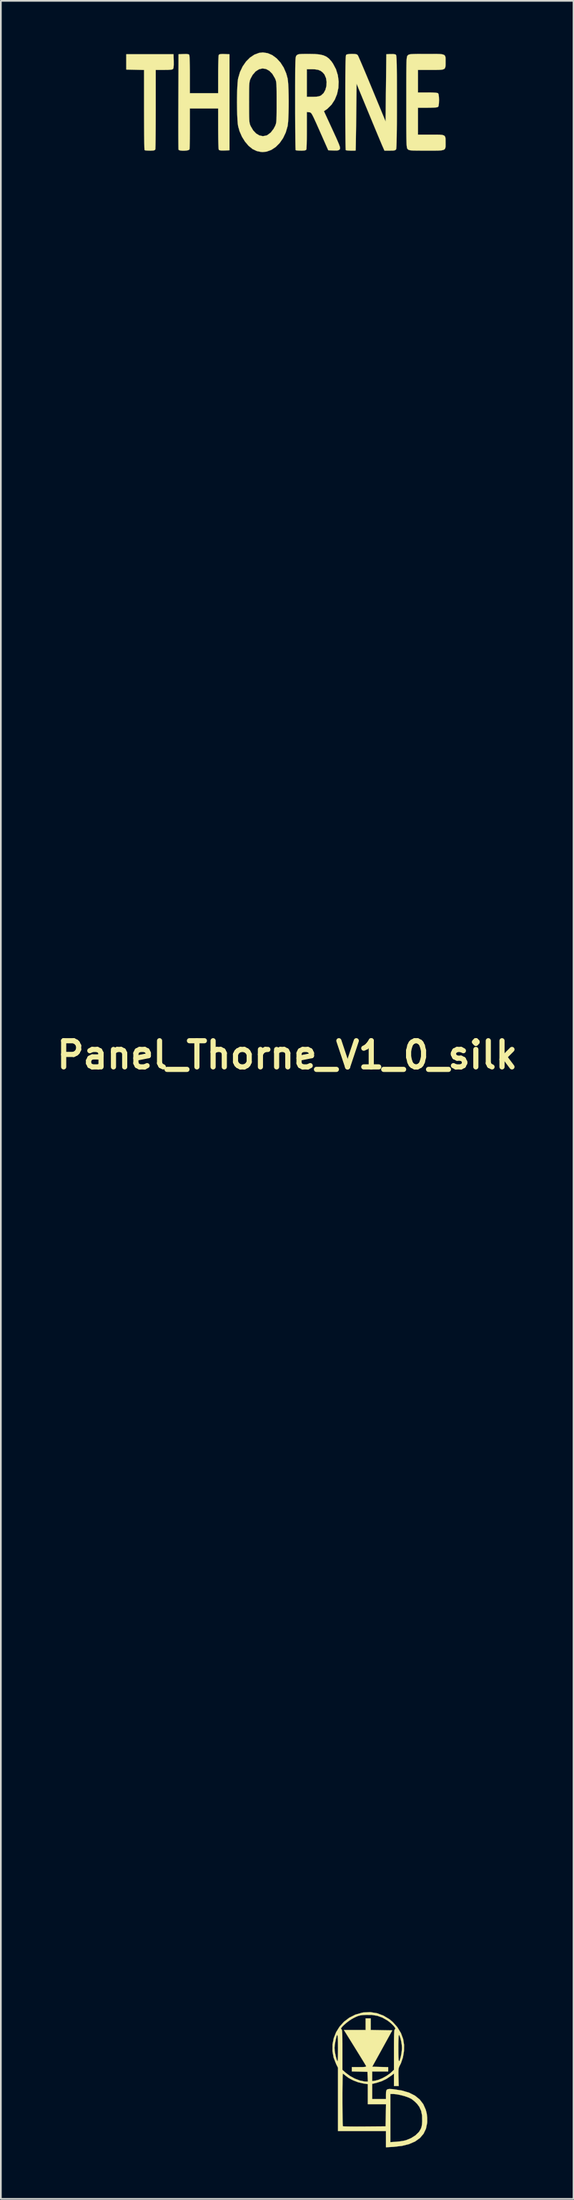
<source format=kicad_pcb>
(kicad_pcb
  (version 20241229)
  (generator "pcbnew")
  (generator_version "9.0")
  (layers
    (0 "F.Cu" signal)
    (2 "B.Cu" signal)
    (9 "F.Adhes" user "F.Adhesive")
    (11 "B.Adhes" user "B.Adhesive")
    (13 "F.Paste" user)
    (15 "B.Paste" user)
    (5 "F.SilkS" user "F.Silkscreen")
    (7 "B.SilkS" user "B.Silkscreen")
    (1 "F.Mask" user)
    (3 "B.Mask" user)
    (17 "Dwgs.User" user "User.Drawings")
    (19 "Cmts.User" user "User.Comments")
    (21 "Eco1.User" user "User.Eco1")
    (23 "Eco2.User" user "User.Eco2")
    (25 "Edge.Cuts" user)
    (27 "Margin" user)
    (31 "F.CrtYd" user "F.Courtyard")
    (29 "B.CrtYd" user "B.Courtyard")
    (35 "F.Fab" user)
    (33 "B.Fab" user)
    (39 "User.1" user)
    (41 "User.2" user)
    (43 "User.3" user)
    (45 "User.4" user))
  (footprint "Panel_Thorne_V1_0_silk"
    (layer "F.Cu")
    (at 13.687 58.383)
    (property "Reference" "Panel_Thorne_V1_0_silk" (at 0 0 0) (layer "F.SilkS") (effects (font (size 1.524 1.524) (thickness 0.3))))
    (attr through_hole)
    (fp_poly (pts (xy -6.613 -57.876) (xy -6.612 -57.651) (xy -6.625 -57.497) (xy -6.65 -57.421) (xy -6.697 -57.393) (xy -6.792 -57.375) (xy -6.947 -57.365) (xy -7.174 -57.362) (xy -7.181 -57.362) (xy -7.662 -57.362) (xy -7.662 -55.079) (xy -7.663 -54.646) (xy -7.664 -54.237) (xy -7.666 -53.861) (xy -7.669 -53.525) (xy -7.672 -53.237) (xy -7.676 -53.007) (xy -7.681 -52.84) (xy -7.686 -52.747) (xy -7.688 -52.73) (xy -7.723 -52.692) (xy -7.803 -52.671) (xy -7.946 -52.663) (xy -7.998 -52.663) (xy -8.147 -52.667) (xy -8.259 -52.677) (xy -8.311 -52.691) (xy -8.317 -52.737) (xy -8.322 -52.861) (xy -8.326 -53.053) (xy -8.33 -53.307) (xy -8.334 -53.614) (xy -8.336 -53.967) (xy -8.338 -54.358) (xy -8.339 -54.78) (xy -8.34 -55.039) (xy -8.34 -57.359) (xy -8.858 -57.371) (xy -9.377 -57.383) (xy -9.377 -58.272) (xy -6.625 -58.272) (xy -6.613 -57.876)) (stroke (width 0.01) (type solid)) (fill yes) (layer "F.SilkS"))
    (fp_poly (pts (xy -3.658 -58.285) (xy -3.365 -58.272) (xy -3.365 -52.684) (xy -3.658 -52.671) (xy -3.839 -52.67) (xy -3.946 -52.687) (xy -3.985 -52.713) (xy -3.995 -52.769) (xy -4.003 -52.897) (xy -4.01 -53.088) (xy -4.016 -53.328) (xy -4.019 -53.608) (xy -4.021 -53.915) (xy -4.021 -53.943) (xy -4.022 -55.118) (xy -5.673 -55.118) (xy -5.673 -53.957) (xy -5.674 -53.649) (xy -5.676 -53.367) (xy -5.68 -53.123) (xy -5.685 -52.927) (xy -5.691 -52.793) (xy -5.698 -52.731) (xy -5.698 -52.73) (xy -5.751 -52.694) (xy -5.861 -52.67) (xy -6 -52.659) (xy -6.142 -52.661) (xy -6.259 -52.677) (xy -6.326 -52.708) (xy -6.331 -52.716) (xy -6.334 -52.766) (xy -6.337 -52.894) (xy -6.339 -53.092) (xy -6.341 -53.353) (xy -6.342 -53.67) (xy -6.343 -54.036) (xy -6.342 -54.443) (xy -6.342 -54.884) (xy -6.34 -55.352) (xy -6.34 -55.52) (xy -6.329 -58.272) (xy -6.036 -58.285) (xy -5.856 -58.286) (xy -5.748 -58.269) (xy -5.709 -58.242) (xy -5.699 -58.186) (xy -5.691 -58.058) (xy -5.684 -57.868) (xy -5.678 -57.63) (xy -5.674 -57.355) (xy -5.673 -57.097) (xy -5.673 -56.007) (xy -4.022 -56.007) (xy -4.021 -57.097) (xy -4.02 -57.395) (xy -4.016 -57.665) (xy -4.01 -57.898) (xy -4.002 -58.079) (xy -3.994 -58.199) (xy -3.985 -58.242) (xy -3.929 -58.274) (xy -3.808 -58.287) (xy -3.658 -58.285)) (stroke (width 0.01) (type solid)) (fill yes) (layer "F.SilkS"))
    (fp_poly (pts (xy 3.936 -58.288) (xy 4.036 -58.271) (xy 4.095 -58.237) (xy 4.116 -58.212) (xy 4.143 -58.158) (xy 4.199 -58.033) (xy 4.28 -57.846) (xy 4.384 -57.605) (xy 4.506 -57.317) (xy 4.643 -56.991) (xy 4.792 -56.634) (xy 4.949 -56.255) (xy 4.954 -56.244) (xy 5.736 -54.356) (xy 5.757 -56.314) (xy 5.779 -58.272) (xy 6.025 -58.285) (xy 6.184 -58.284) (xy 6.298 -58.265) (xy 6.332 -58.248) (xy 6.345 -58.227) (xy 6.355 -58.182) (xy 6.364 -58.108) (xy 6.372 -57.998) (xy 6.378 -57.847) (xy 6.383 -57.649) (xy 6.386 -57.398) (xy 6.389 -57.088) (xy 6.391 -56.714) (xy 6.392 -56.268) (xy 6.392 -55.747) (xy 6.392 -55.512) (xy 6.392 -54.883) (xy 6.39 -54.333) (xy 6.386 -53.863) (xy 6.381 -53.474) (xy 6.375 -53.167) (xy 6.367 -52.942) (xy 6.358 -52.801) (xy 6.349 -52.745) (xy 6.314 -52.702) (xy 6.252 -52.677) (xy 6.145 -52.665) (xy 5.987 -52.663) (xy 5.669 -52.663) (xy 5.552 -52.927) (xy 5.511 -53.023) (xy 5.442 -53.187) (xy 5.348 -53.411) (xy 5.234 -53.683) (xy 5.105 -53.994) (xy 4.963 -54.335) (xy 4.814 -54.696) (xy 4.739 -54.876) (xy 4.043 -56.56) (xy 4.021 -54.622) (xy 4.016 -54.225) (xy 4.011 -53.856) (xy 4.006 -53.521) (xy 4.002 -53.231) (xy 3.998 -52.992) (xy 3.994 -52.814) (xy 3.991 -52.705) (xy 3.989 -52.673) (xy 3.94 -52.664) (xy 3.836 -52.661) (xy 3.702 -52.663) (xy 3.569 -52.669) (xy 3.464 -52.679) (xy 3.415 -52.691) (xy 3.41 -52.737) (xy 3.405 -52.861) (xy 3.401 -53.055) (xy 3.397 -53.312) (xy 3.394 -53.625) (xy 3.391 -53.988) (xy 3.389 -54.392) (xy 3.387 -54.83) (xy 3.387 -55.296) (xy 3.387 -55.455) (xy 3.387 -56.039) (xy 3.388 -56.542) (xy 3.39 -56.97) (xy 3.394 -57.328) (xy 3.398 -57.619) (xy 3.403 -57.848) (xy 3.41 -58.021) (xy 3.418 -58.141) (xy 3.427 -58.213) (xy 3.437 -58.242) (xy 3.507 -58.27) (xy 3.638 -58.288) (xy 3.774 -58.293) (xy 3.936 -58.288)) (stroke (width 0.01) (type solid)) (fill yes) (layer "F.SilkS"))
    (fp_poly (pts (xy 8.72 -58.292) (xy 8.913 -58.285) (xy 9.05 -58.267) (xy 9.141 -58.236) (xy 9.195 -58.187) (xy 9.221 -58.115) (xy 9.229 -58.018) (xy 9.229 -57.891) (xy 9.229 -57.827) (xy 9.229 -57.669) (xy 9.221 -57.552) (xy 9.196 -57.469) (xy 9.141 -57.414) (xy 9.046 -57.382) (xy 8.901 -57.367) (xy 8.693 -57.362) (xy 8.413 -57.362) (xy 8.381 -57.362) (xy 7.62 -57.362) (xy 7.62 -56.049) (xy 8.183 -56.049) (xy 8.458 -56.046) (xy 8.651 -56.034) (xy 8.765 -56.015) (xy 8.797 -55.999) (xy 8.824 -55.927) (xy 8.842 -55.786) (xy 8.848 -55.605) (xy 8.841 -55.413) (xy 8.823 -55.276) (xy 8.797 -55.211) (xy 8.73 -55.187) (xy 8.586 -55.17) (xy 8.362 -55.162) (xy 8.183 -55.16) (xy 7.62 -55.16) (xy 7.62 -53.594) (xy 8.381 -53.594) (xy 8.668 -53.594) (xy 8.883 -53.59) (xy 9.034 -53.576) (xy 9.133 -53.546) (xy 9.192 -53.494) (xy 9.22 -53.414) (xy 9.228 -53.3) (xy 9.229 -53.146) (xy 9.229 -53.128) (xy 9.23 -52.987) (xy 9.226 -52.878) (xy 9.209 -52.796) (xy 9.168 -52.738) (xy 9.094 -52.7) (xy 8.977 -52.677) (xy 8.808 -52.666) (xy 8.578 -52.662) (xy 8.277 -52.663) (xy 8.127 -52.663) (xy 7.807 -52.663) (xy 7.56 -52.665) (xy 7.377 -52.668) (xy 7.246 -52.675) (xy 7.156 -52.686) (xy 7.097 -52.701) (xy 7.057 -52.721) (xy 7.027 -52.747) (xy 7.01 -52.767) (xy 6.995 -52.791) (xy 6.983 -52.828) (xy 6.973 -52.883) (xy 6.964 -52.963) (xy 6.958 -53.074) (xy 6.953 -53.222) (xy 6.949 -53.414) (xy 6.946 -53.657) (xy 6.944 -53.956) (xy 6.943 -54.318) (xy 6.943 -54.749) (xy 6.943 -55.256) (xy 6.943 -55.478) (xy 6.943 -56.017) (xy 6.943 -56.477) (xy 6.944 -56.866) (xy 6.945 -57.189) (xy 6.948 -57.453) (xy 6.951 -57.664) (xy 6.955 -57.829) (xy 6.961 -57.953) (xy 6.969 -58.045) (xy 6.979 -58.109) (xy 6.99 -58.152) (xy 7.004 -58.18) (xy 7.02 -58.201) (xy 7.027 -58.208) (xy 7.058 -58.235) (xy 7.098 -58.255) (xy 7.158 -58.27) (xy 7.249 -58.281) (xy 7.381 -58.287) (xy 7.566 -58.291) (xy 7.814 -58.293) (xy 8.127 -58.293) (xy 8.461 -58.293) (xy 8.72 -58.292)) (stroke (width 0.01) (type solid)) (fill yes) (layer "F.SilkS"))
    (fp_poly (pts (xy -1.138 -58.337) (xy -0.868 -58.22) (xy -0.617 -58.035) (xy -0.393 -57.791) (xy -0.204 -57.497) (xy -0.058 -57.16) (xy 0.021 -56.875) (xy 0.044 -56.715) (xy 0.062 -56.488) (xy 0.075 -56.208) (xy 0.083 -55.892) (xy 0.087 -55.556) (xy 0.085 -55.216) (xy 0.079 -54.889) (xy 0.068 -54.591) (xy 0.053 -54.337) (xy 0.032 -54.144) (xy 0.021 -54.081) (xy -0.086 -53.716) (xy -0.243 -53.387) (xy -0.44 -53.104) (xy -0.671 -52.873) (xy -0.928 -52.704) (xy -1.201 -52.605) (xy -1.436 -52.581) (xy -1.572 -52.596) (xy -1.732 -52.63) (xy -1.787 -52.645) (xy -2.022 -52.758) (xy -2.248 -52.942) (xy -2.455 -53.184) (xy -2.634 -53.47) (xy -2.774 -53.788) (xy -2.857 -54.081) (xy -2.88 -54.24) (xy -2.898 -54.468) (xy -2.911 -54.748) (xy -2.919 -55.064) (xy -2.923 -55.4) (xy -2.923 -55.478) (xy -2.223 -55.478) (xy -2.222 -55.129) (xy -2.221 -54.854) (xy -2.218 -54.641) (xy -2.212 -54.481) (xy -2.204 -54.361) (xy -2.191 -54.271) (xy -2.173 -54.2) (xy -2.15 -54.136) (xy -2.125 -54.081) (xy -1.982 -53.838) (xy -1.81 -53.658) (xy -1.618 -53.545) (xy -1.416 -53.504) (xy -1.213 -53.541) (xy -1.151 -53.569) (xy -0.962 -53.711) (xy -0.797 -53.922) (xy -0.711 -54.081) (xy -0.683 -54.146) (xy -0.66 -54.21) (xy -0.643 -54.283) (xy -0.631 -54.377) (xy -0.623 -54.503) (xy -0.618 -54.671) (xy -0.615 -54.892) (xy -0.614 -55.178) (xy -0.614 -55.478) (xy -0.614 -55.827) (xy -0.615 -56.102) (xy -0.618 -56.314) (xy -0.624 -56.475) (xy -0.633 -56.595) (xy -0.646 -56.685) (xy -0.663 -56.756) (xy -0.687 -56.819) (xy -0.711 -56.875) (xy -0.864 -57.133) (xy -1.044 -57.315) (xy -1.241 -57.42) (xy -1.446 -57.448) (xy -1.649 -57.399) (xy -1.842 -57.274) (xy -2.016 -57.072) (xy -2.125 -56.875) (xy -2.154 -56.81) (xy -2.176 -56.746) (xy -2.193 -56.672) (xy -2.205 -56.578) (xy -2.214 -56.453) (xy -2.219 -56.285) (xy -2.221 -56.063) (xy -2.222 -55.778) (xy -2.223 -55.478) (xy -2.923 -55.478) (xy -2.922 -55.74) (xy -2.916 -56.067) (xy -2.905 -56.365) (xy -2.889 -56.619) (xy -2.868 -56.811) (xy -2.857 -56.875) (xy -2.75 -57.238) (xy -2.594 -57.566) (xy -2.396 -57.85) (xy -2.166 -58.081) (xy -1.91 -58.252) (xy -1.637 -58.353) (xy -1.418 -58.378) (xy -1.138 -58.337)) (stroke (width 0.01) (type solid)) (fill yes) (layer "F.SilkS"))
    (fp_poly (pts (xy 1.609 -58.286) (xy 1.884 -58.261) (xy 2.104 -58.212) (xy 2.283 -58.133) (xy 2.434 -58.02) (xy 2.572 -57.866) (xy 2.667 -57.732) (xy 2.842 -57.403) (xy 2.952 -57.049) (xy 2.998 -56.682) (xy 2.982 -56.315) (xy 2.907 -55.961) (xy 2.774 -55.632) (xy 2.585 -55.341) (xy 2.342 -55.1) (xy 2.243 -55.029) (xy 2.139 -54.961) (xy 2.577 -54.013) (xy 2.731 -53.678) (xy 2.853 -53.412) (xy 2.944 -53.205) (xy 3.01 -53.048) (xy 3.052 -52.935) (xy 3.074 -52.854) (xy 3.079 -52.799) (xy 3.071 -52.761) (xy 3.051 -52.73) (xy 3.048 -52.726) (xy 2.996 -52.689) (xy 2.904 -52.671) (xy 2.753 -52.669) (xy 2.693 -52.672) (xy 2.394 -52.684) (xy 1.906 -53.785) (xy 1.764 -54.105) (xy 1.651 -54.356) (xy 1.563 -54.547) (xy 1.495 -54.686) (xy 1.442 -54.781) (xy 1.4 -54.842) (xy 1.363 -54.875) (xy 1.327 -54.891) (xy 1.288 -54.898) (xy 1.28 -54.898) (xy 1.143 -54.912) (xy 1.143 -53.854) (xy 1.142 -53.56) (xy 1.139 -53.293) (xy 1.135 -53.063) (xy 1.129 -52.884) (xy 1.123 -52.768) (xy 1.117 -52.73) (xy 1.082 -52.692) (xy 1.002 -52.671) (xy 0.859 -52.663) (xy 0.807 -52.663) (xy 0.659 -52.667) (xy 0.546 -52.677) (xy 0.494 -52.691) (xy 0.489 -52.737) (xy 0.484 -52.861) (xy 0.48 -53.055) (xy 0.476 -53.312) (xy 0.473 -53.624) (xy 0.47 -53.986) (xy 0.468 -54.389) (xy 0.466 -54.827) (xy 0.466 -55.291) (xy 0.466 -55.421) (xy 0.466 -55.966) (xy 0.466 -56.433) (xy 0.467 -56.827) (xy 0.468 -57.156) (xy 0.47 -57.404) (xy 1.143 -57.404) (xy 1.143 -55.795) (xy 1.492 -55.795) (xy 1.692 -55.801) (xy 1.833 -55.82) (xy 1.937 -55.856) (xy 1.977 -55.878) (xy 2.125 -56.015) (xy 2.228 -56.204) (xy 2.287 -56.427) (xy 2.299 -56.662) (xy 2.262 -56.89) (xy 2.175 -57.091) (xy 2.084 -57.204) (xy 1.953 -57.306) (xy 1.804 -57.368) (xy 1.614 -57.398) (xy 1.437 -57.404) (xy 1.143 -57.404) (xy 0.47 -57.404) (xy 0.47 -57.425) (xy 0.474 -57.642) (xy 0.478 -57.811) (xy 0.484 -57.94) (xy 0.491 -58.035) (xy 0.501 -58.102) (xy 0.512 -58.147) (xy 0.525 -58.177) (xy 0.541 -58.198) (xy 0.55 -58.208) (xy 0.59 -58.241) (xy 0.642 -58.265) (xy 0.721 -58.28) (xy 0.841 -58.288) (xy 1.017 -58.292) (xy 1.263 -58.293) (xy 1.264 -58.293) (xy 1.609 -58.286)) (stroke (width 0.01) (type solid)) (fill yes) (layer "F.SilkS"))
    (fp_poly (pts (xy 5.228 55.791) (xy 5.604 55.929) (xy 5.955 56.139) (xy 6.156 56.307) (xy 6.421 56.606) (xy 6.627 56.946) (xy 6.757 57.293) (xy 6.811 57.634) (xy 6.805 58.002) (xy 6.743 58.368) (xy 6.628 58.702) (xy 6.579 58.801) (xy 6.534 58.89) (xy 6.504 58.971) (xy 6.487 59.066) (xy 6.481 59.193) (xy 6.482 59.373) (xy 6.485 59.513) (xy 6.498 60.029) (xy 6.361 60.029) (xy 6.223 60.029) (xy 6.223 59.302) (xy 6.064 59.425) (xy 5.793 59.61) (xy 5.512 59.747) (xy 5.19 59.849) (xy 5.069 59.878) (xy 4.953 59.903) (xy 4.953 60.791) (xy 5.757 60.791) (xy 5.757 60.518) (xy 5.758 60.494) (xy 6.011 60.494) (xy 6.011 63.3) (xy 6.361 63.276) (xy 6.558 63.256) (xy 6.754 63.226) (xy 6.909 63.191) (xy 6.921 63.187) (xy 7.217 63.067) (xy 7.471 62.907) (xy 7.665 62.719) (xy 7.724 62.636) (xy 7.792 62.514) (xy 7.833 62.4) (xy 7.856 62.263) (xy 7.868 62.079) (xy 7.861 61.747) (xy 7.806 61.473) (xy 7.698 61.238) (xy 7.574 61.072) (xy 7.445 60.943) (xy 7.302 60.824) (xy 7.221 60.769) (xy 7.053 60.691) (xy 6.832 60.615) (xy 6.592 60.552) (xy 6.365 60.509) (xy 6.195 60.494) (xy 6.011 60.494) (xy 5.758 60.494) (xy 5.762 60.368) (xy 5.787 60.271) (xy 5.846 60.22) (xy 5.954 60.203) (xy 6.125 60.211) (xy 6.214 60.22) (xy 6.692 60.295) (xy 7.102 60.417) (xy 7.443 60.589) (xy 7.718 60.811) (xy 7.928 61.083) (xy 8.073 61.407) (xy 8.13 61.63) (xy 8.158 61.866) (xy 8.16 62.116) (xy 8.156 62.177) (xy 8.087 62.517) (xy 7.946 62.81) (xy 7.736 63.057) (xy 7.457 63.257) (xy 7.108 63.409) (xy 6.691 63.514) (xy 6.206 63.571) (xy 6.191 63.572) (xy 5.757 63.597) (xy 5.757 62.653) (xy 2.963 62.653) (xy 2.963 60.726) (xy 3.218 60.726) (xy 3.218 61.037) (xy 3.22 61.341) (xy 3.222 61.627) (xy 3.226 61.882) (xy 3.23 62.095) (xy 3.235 62.255) (xy 3.242 62.35) (xy 3.246 62.372) (xy 3.294 62.379) (xy 3.416 62.384) (xy 3.601 62.388) (xy 3.838 62.391) (xy 4.117 62.391) (xy 4.425 62.39) (xy 4.506 62.389) (xy 5.736 62.378) (xy 5.76 61.087) (xy 4.699 61.087) (xy 4.699 59.92) (xy 4.406 59.874) (xy 4.129 59.808) (xy 3.848 59.701) (xy 3.594 59.568) (xy 3.421 59.442) (xy 3.327 59.364) (xy 3.26 59.316) (xy 3.243 59.309) (xy 3.237 59.349) (xy 3.231 59.463) (xy 3.226 59.638) (xy 3.223 59.864) (xy 3.22 60.128) (xy 3.218 60.419) (xy 3.218 60.726) (xy 2.963 60.726) (xy 2.963 58.968) (xy 2.857 58.758) (xy 2.708 58.377) (xy 2.638 57.992) (xy 2.64 57.807) (xy 2.758 57.807) (xy 2.767 57.961) (xy 2.785 58.081) (xy 2.826 58.287) (xy 2.869 58.45) (xy 2.909 58.555) (xy 2.941 58.589) (xy 2.948 58.549) (xy 2.954 58.437) (xy 2.959 58.267) (xy 2.962 58.052) (xy 2.963 57.804) (xy 2.963 57.798) (xy 2.961 57.49) (xy 2.954 57.265) (xy 2.942 57.122) (xy 2.923 57.059) (xy 2.898 57.076) (xy 2.866 57.171) (xy 2.826 57.342) (xy 2.805 57.445) (xy 2.77 57.648) (xy 2.758 57.807) (xy 2.64 57.807) (xy 2.642 57.609) (xy 2.716 57.239) (xy 2.855 56.89) (xy 2.967 56.711) (xy 3.135 56.711) (xy 3.15 56.719) (xy 3.17 56.731) (xy 3.186 56.764) (xy 3.198 56.828) (xy 3.206 56.93) (xy 3.212 57.081) (xy 3.215 57.289) (xy 3.217 57.564) (xy 3.217 57.912) (xy 3.217 59.09) (xy 3.418 59.267) (xy 3.664 59.449) (xy 3.944 59.601) (xy 4.234 59.71) (xy 4.506 59.767) (xy 4.585 59.772) (xy 4.703 59.775) (xy 4.69 59.489) (xy 4.678 59.203) (xy 4.223 59.191) (xy 3.768 59.179) (xy 3.768 58.928) (xy 4.196 58.928) (xy 4.395 58.926) (xy 4.522 58.918) (xy 4.588 58.902) (xy 4.604 58.878) (xy 4.602 58.872) (xy 4.575 58.823) (xy 4.509 58.712) (xy 4.41 58.548) (xy 4.283 58.342) (xy 4.135 58.102) (xy 3.972 57.839) (xy 3.944 57.793) (xy 3.307 56.769) (xy 4.572 56.769) (xy 4.572 56.092) (xy 4.868 56.092) (xy 4.868 56.767) (xy 6.124 56.79) (xy 5.54 57.849) (xy 4.955 58.907) (xy 5.42 58.919) (xy 5.884 58.931) (xy 5.884 59.182) (xy 4.953 59.182) (xy 4.953 59.743) (xy 5.122 59.721) (xy 5.321 59.67) (xy 5.55 59.575) (xy 5.779 59.449) (xy 5.978 59.31) (xy 6.03 59.265) (xy 6.223 59.087) (xy 6.223 57.91) (xy 6.223 57.827) (xy 6.477 57.827) (xy 6.479 58.134) (xy 6.484 58.36) (xy 6.495 58.507) (xy 6.511 58.58) (xy 6.534 58.582) (xy 6.565 58.515) (xy 6.605 58.384) (xy 6.623 58.316) (xy 6.661 58.122) (xy 6.685 57.909) (xy 6.689 57.805) (xy 6.678 57.635) (xy 6.649 57.448) (xy 6.608 57.27) (xy 6.561 57.127) (xy 6.515 57.046) (xy 6.502 57.072) (xy 6.491 57.175) (xy 6.483 57.347) (xy 6.478 57.58) (xy 6.477 57.827) (xy 6.223 57.827) (xy 6.223 57.56) (xy 6.225 57.286) (xy 6.229 57.078) (xy 6.235 56.927) (xy 6.243 56.826) (xy 6.255 56.763) (xy 6.271 56.73) (xy 6.289 56.719) (xy 6.308 56.685) (xy 6.271 56.612) (xy 6.19 56.512) (xy 6.076 56.399) (xy 5.941 56.285) (xy 5.83 56.205) (xy 5.54 56.041) (xy 5.247 55.938) (xy 4.928 55.89) (xy 4.632 55.887) (xy 4.426 55.897) (xy 4.275 55.914) (xy 4.15 55.945) (xy 4.019 55.996) (xy 3.887 56.06) (xy 3.739 56.143) (xy 3.585 56.248) (xy 3.437 56.362) (xy 3.306 56.477) (xy 3.204 56.58) (xy 3.143 56.662) (xy 3.135 56.711) (xy 2.967 56.711) (xy 3.055 56.57) (xy 3.31 56.289) (xy 3.617 56.054) (xy 3.971 55.876) (xy 4.367 55.761) (xy 4.446 55.748) (xy 4.838 55.729) (xy 5.228 55.791)) (stroke (width 0.01) (type solid)) (fill yes) (layer "F.SilkS")))
  (gr_rect
    (start -3 -3)
    (end 30.374 124.985)
    (stroke (width 0.1) (type default))
    (fill no)
    (layer "Edge.Cuts")))
</source>
